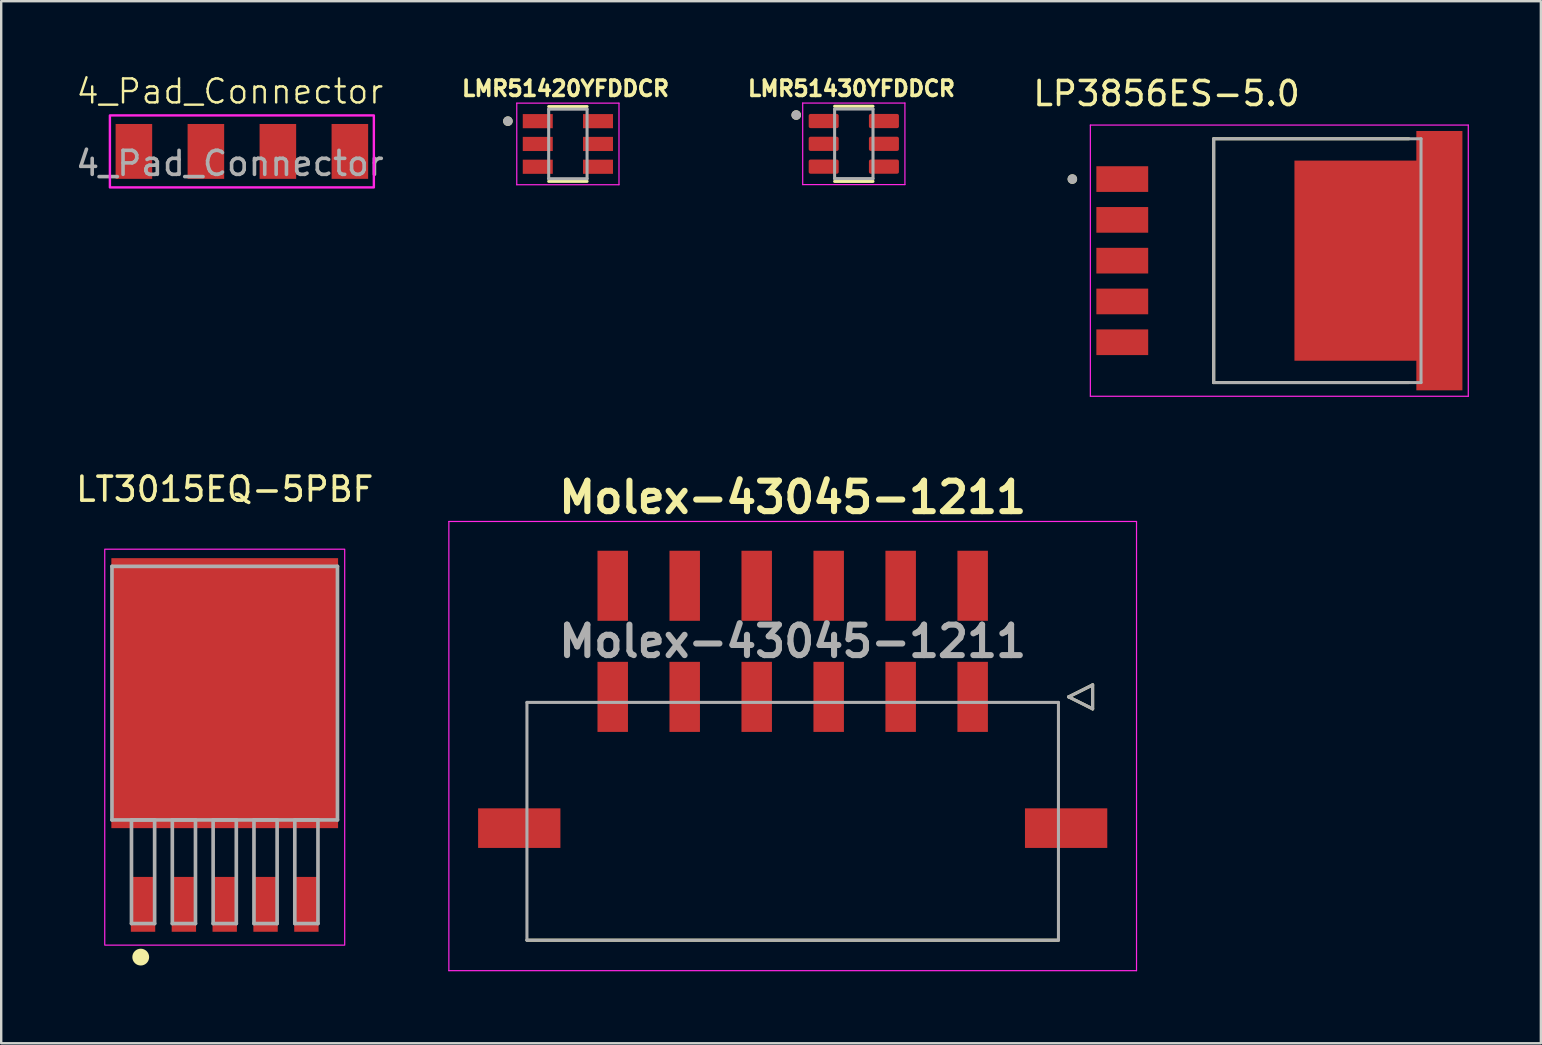
<source format=kicad_pcb>
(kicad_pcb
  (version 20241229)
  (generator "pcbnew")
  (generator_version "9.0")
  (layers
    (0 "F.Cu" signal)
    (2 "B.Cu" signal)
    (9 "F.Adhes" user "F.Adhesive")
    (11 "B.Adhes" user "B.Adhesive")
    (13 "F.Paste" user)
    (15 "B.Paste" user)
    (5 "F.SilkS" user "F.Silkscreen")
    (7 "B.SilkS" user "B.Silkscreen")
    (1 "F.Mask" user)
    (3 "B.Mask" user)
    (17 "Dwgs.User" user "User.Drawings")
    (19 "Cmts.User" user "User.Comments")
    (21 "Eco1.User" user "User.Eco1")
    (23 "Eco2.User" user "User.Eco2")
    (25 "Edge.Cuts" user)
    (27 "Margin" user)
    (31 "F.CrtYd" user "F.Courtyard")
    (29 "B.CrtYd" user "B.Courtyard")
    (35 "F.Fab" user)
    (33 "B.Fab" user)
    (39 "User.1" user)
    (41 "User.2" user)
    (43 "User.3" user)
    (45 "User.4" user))
  (footprint "LT3015EQ-5PBF"
    (layer "F.Cu")
    (at 6.315 25.837)
    (property "Reference" "LT3015EQ-5PBF" (at 0 -8.5 0) (layer "F.SilkS") (effects (font (size 1 1) (thickness 0.15))))
    (attr smd)
    (fp_circle (center -3.5 11) (end -3.2 11) (stroke (width 0.1) (type solid)) (fill yes) (layer "F.SilkS"))
    (fp_rect (start -5 -6) (end 5 10.5) (stroke (width 0.05) (type default)) (fill no) (layer "F.CrtYd"))
    (fp_line (start -4.699 -5.283) (end -4.699 5.283) (stroke (width 0.152) (type solid)) (layer "F.Fab"))
    (fp_line (start -4.699 5.283) (end 4.699 5.283) (stroke (width 0.152) (type solid)) (layer "F.Fab"))
    (fp_line (start -3.886 5.283) (end -3.886 9.601) (stroke (width 0.152) (type solid)) (layer "F.Fab"))
    (fp_line (start -3.886 9.601) (end -2.921 9.601) (stroke (width 0.152) (type solid)) (layer "F.Fab"))
    (fp_line (start -2.921 5.283) (end -3.886 5.283) (stroke (width 0.152) (type solid)) (layer "F.Fab"))
    (fp_line (start -2.921 9.601) (end -2.921 5.283) (stroke (width 0.152) (type solid)) (layer "F.Fab"))
    (fp_line (start -2.184 5.283) (end -2.184 9.601) (stroke (width 0.152) (type solid)) (layer "F.Fab"))
    (fp_line (start -2.184 9.601) (end -1.219 9.601) (stroke (width 0.152) (type solid)) (layer "F.Fab"))
    (fp_line (start -1.219 5.283) (end -2.184 5.283) (stroke (width 0.152) (type solid)) (layer "F.Fab"))
    (fp_line (start -1.219 9.601) (end -1.219 5.283) (stroke (width 0.152) (type solid)) (layer "F.Fab"))
    (fp_line (start -0.483 5.283) (end -0.483 9.601) (stroke (width 0.152) (type solid)) (layer "F.Fab"))
    (fp_line (start -0.483 9.601) (end 0.483 9.601) (stroke (width 0.152) (type solid)) (layer "F.Fab"))
    (fp_line (start 0.483 5.283) (end -0.483 5.283) (stroke (width 0.152) (type solid)) (layer "F.Fab"))
    (fp_line (start 0.483 9.601) (end 0.483 5.283) (stroke (width 0.152) (type solid)) (layer "F.Fab"))
    (fp_line (start 1.219 5.283) (end 1.219 9.601) (stroke (width 0.152) (type solid)) (layer "F.Fab"))
    (fp_line (start 1.219 9.601) (end 2.184 9.601) (stroke (width 0.152) (type solid)) (layer "F.Fab"))
    (fp_line (start 2.184 5.283) (end 1.219 5.283) (stroke (width 0.152) (type solid)) (layer "F.Fab"))
    (fp_line (start 2.184 9.601) (end 2.184 5.283) (stroke (width 0.152) (type solid)) (layer "F.Fab"))
    (fp_line (start 2.921 5.283) (end 2.921 9.601) (stroke (width 0.152) (type solid)) (layer "F.Fab"))
    (fp_line (start 2.921 9.601) (end 3.886 9.601) (stroke (width 0.152) (type solid)) (layer "F.Fab"))
    (fp_line (start 3.886 5.283) (end 2.921 5.283) (stroke (width 0.152) (type solid)) (layer "F.Fab"))
    (fp_line (start 3.886 9.601) (end 3.886 5.283) (stroke (width 0.152) (type solid)) (layer "F.Fab"))
    (fp_line (start 4.699 -5.283) (end -4.699 -5.283) (stroke (width 0.152) (type solid)) (layer "F.Fab"))
    (fp_line (start 4.699 5.283) (end 4.699 -5.283) (stroke (width 0.152) (type solid)) (layer "F.Fab"))
    (pad "1" smd rect (at -3.404 8.801) (size 1.016 2.286) (layers "F.Cu" "F.Mask" "F.Paste"))
    (pad "2" smd rect (at -1.702 8.801) (size 1.016 2.286) (layers "F.Cu" "F.Mask" "F.Paste"))
    (pad "3" smd rect (at 0 8.801) (size 1.016 2.286) (layers "F.Cu" "F.Mask" "F.Paste"))
    (pad "4" smd rect (at 1.702 8.801) (size 1.016 2.286) (layers "F.Cu" "F.Mask" "F.Paste"))
    (pad "5" smd rect (at 3.404 8.801) (size 1.016 2.286) (layers "F.Cu" "F.Mask" "F.Paste"))
    (pad "6" smd rect (at 0 0) (size 9.449 11.252) (layers "F.Cu" "F.Mask" "F.Paste")))
  (footprint "Molex-43045-1211"
    (layer "F.Cu")
    (at 29.985 23.677)
    (property "Reference" "Molex-43045-1211" (at 0 -6 0) (layer "F.SilkS") (effects (font (size 1.27 1.27) (thickness 0.254))))
    (attr smd)
    (fp_line (start 11.075 12.455) (end -11.075 12.455) (stroke (width 0.127) (type solid)) (layer "F.SilkS"))
    (fp_line (start 11.5 2.315) (end 12.5 1.815) (stroke (width 0.127) (type solid)) (layer "F.SilkS"))
    (fp_line (start 12.5 1.815) (end 12.5 2.815) (stroke (width 0.127) (type solid)) (layer "F.SilkS"))
    (fp_line (start 12.5 2.815) (end 11.5 2.315) (stroke (width 0.127) (type solid)) (layer "F.SilkS"))
    (fp_line (start -14.329 -4.994) (end 14.329 -4.994) (stroke (width 0.05) (type solid)) (layer "F.CrtYd"))
    (fp_line (start -14.329 13.725) (end -14.329 -4.994) (stroke (width 0.05) (type solid)) (layer "F.CrtYd"))
    (fp_line (start 14.329 -4.994) (end 14.329 13.725) (stroke (width 0.05) (type solid)) (layer "F.CrtYd"))
    (fp_line (start 14.329 13.725) (end -14.329 13.725) (stroke (width 0.05) (type solid)) (layer "F.CrtYd"))
    (fp_line (start -11.075 2.545) (end 11.075 2.545) (stroke (width 0.127) (type solid)) (layer "F.Fab"))
    (fp_line (start -11.075 12.455) (end -11.075 2.545) (stroke (width 0.127) (type solid)) (layer "F.Fab"))
    (fp_line (start 11.075 2.545) (end 11.075 12.455) (stroke (width 0.127) (type solid)) (layer "F.Fab"))
    (fp_line (start 11.075 12.455) (end -11.075 12.455) (stroke (width 0.127) (type solid)) (layer "F.Fab"))
    (fp_line (start 11.5 2.315) (end 12.5 1.815) (stroke (width 0.127) (type solid)) (layer "F.Fab"))
    (fp_line (start 12.5 1.815) (end 12.5 2.815) (stroke (width 0.127) (type solid)) (layer "F.Fab"))
    (fp_line (start 12.5 2.815) (end 11.5 2.315) (stroke (width 0.127) (type solid)) (layer "F.Fab"))
    (fp_text user "${REFERENCE}" (at 0 0 0) (layer "F.Fab") (effects (font (size 1.27 1.27) (thickness 0.254))))
    (pad "1" smd rect (at 7.5 2.315) (size 1.27 2.92) (layers "F.Cu" "F.Mask" "F.Paste"))
    (pad "2" smd rect (at 4.5 2.315) (size 1.27 2.92) (layers "F.Cu" "F.Mask" "F.Paste"))
    (pad "3" smd rect (at 1.5 2.315) (size 1.27 2.92) (layers "F.Cu" "F.Mask" "F.Paste"))
    (pad "4" smd rect (at -1.5 2.315) (size 1.27 2.92) (layers "F.Cu" "F.Mask" "F.Paste"))
    (pad "5" smd rect (at -4.5 2.315) (size 1.27 2.92) (layers "F.Cu" "F.Mask" "F.Paste"))
    (pad "6" smd rect (at -7.5 2.315) (size 1.27 2.92) (layers "F.Cu" "F.Mask" "F.Paste"))
    (pad "7" smd rect (at 7.5 -2.315) (size 1.27 2.92) (layers "F.Cu" "F.Mask" "F.Paste"))
    (pad "8" smd rect (at 4.5 -2.315) (size 1.27 2.92) (layers "F.Cu" "F.Mask" "F.Paste"))
    (pad "9" smd rect (at 1.5 -2.315) (size 1.27 2.92) (layers "F.Cu" "F.Mask" "F.Paste"))
    (pad "10" smd rect (at -1.5 -2.315) (size 1.27 2.92) (layers "F.Cu" "F.Mask" "F.Paste"))
    (pad "11" smd rect (at -4.5 -2.315) (size 1.27 2.92) (layers "F.Cu" "F.Mask" "F.Paste"))
    (pad "12" smd rect (at -7.5 -2.315) (size 1.27 2.92) (layers "F.Cu" "F.Mask" "F.Paste"))
    (pad "13" smd rect (at 11.395 7.785 90) (size 1.65 3.43) (layers "F.Cu" "F.Mask" "F.Paste"))
    (pad "14" smd rect (at -11.395 7.785 90) (size 1.65 3.43) (layers "F.Cu" "F.Mask" "F.Paste")))
  (footprint "LP3856ES-5.0"
    (layer "F.Cu")
    (at 50.265 7.813)
    (property "Reference" "LP3856ES-5.0" (at -4.7 -6.965 0) (layer "F.SilkS") (effects (font (size 1 1) (thickness 0.15))))
    (attr smd)
    (fp_poly (pts (xy 7.725 -5.5) (xy 7.725 5.5) (xy 5.615 5.5) (xy 5.615 4.265) (xy 0.535 4.265) (xy 0.535 -4.265) (xy 5.615 -4.265) (xy 5.615 -5.5)) (stroke (width 0.01) (type solid)) (fill yes) (layer "F.Mask"))
    (fp_line (start -2.735 -5.08) (end -2.735 5.08) (stroke (width 0.127) (type solid)) (layer "F.SilkS"))
    (fp_line (start -2.735 5.08) (end 5.395 5.08) (stroke (width 0.127) (type solid)) (layer "F.SilkS"))
    (fp_line (start 5.395 -5.08) (end -2.735 -5.08) (stroke (width 0.127) (type solid)) (layer "F.SilkS"))
    (fp_circle (center -8.625 -3.4) (end -8.525 -3.4) (stroke (width 0.2) (type solid)) (fill no) (layer "F.SilkS"))
    (fp_poly (pts (xy 1.205 -3.875) (xy 2.605 -3.875) (xy 2.605 -2.365) (xy 1.205 -2.365)) (stroke (width 0.01) (type solid)) (fill yes) (layer "F.Paste"))
    (fp_poly (pts (xy 1.205 -1.795) (xy 2.605 -1.795) (xy 2.605 -0.285) (xy 1.205 -0.285)) (stroke (width 0.01) (type solid)) (fill yes) (layer "F.Paste"))
    (fp_poly (pts (xy 1.205 0.285) (xy 2.605 0.285) (xy 2.605 1.795) (xy 1.205 1.795)) (stroke (width 0.01) (type solid)) (fill yes) (layer "F.Paste"))
    (fp_poly (pts (xy 1.205 2.365) (xy 2.605 2.365) (xy 2.605 3.875) (xy 1.205 3.875)) (stroke (width 0.01) (type solid)) (fill yes) (layer "F.Paste"))
    (fp_poly (pts (xy 3.745 -3.875) (xy 5.145 -3.875) (xy 5.145 -2.365) (xy 3.745 -2.365)) (stroke (width 0.01) (type solid)) (fill yes) (layer "F.Paste"))
    (fp_poly (pts (xy 3.745 -1.795) (xy 5.145 -1.795) (xy 5.145 -0.285) (xy 3.745 -0.285)) (stroke (width 0.01) (type solid)) (fill yes) (layer "F.Paste"))
    (fp_poly (pts (xy 3.745 0.285) (xy 5.145 0.285) (xy 5.145 1.795) (xy 3.745 1.795)) (stroke (width 0.01) (type solid)) (fill yes) (layer "F.Paste"))
    (fp_poly (pts (xy 3.745 2.365) (xy 5.145 2.365) (xy 5.145 3.875) (xy 3.745 3.875)) (stroke (width 0.01) (type solid)) (fill yes) (layer "F.Paste"))
    (fp_poly (pts (xy 6.245 -5.335) (xy 7.095 -5.335) (xy 7.095 -4.115) (xy 6.245 -4.115)) (stroke (width 0.01) (type solid)) (fill yes) (layer "F.Paste"))
    (fp_poly (pts (xy 6.245 -3.985) (xy 7.095 -3.985) (xy 7.095 -2.765) (xy 6.245 -2.765)) (stroke (width 0.01) (type solid)) (fill yes) (layer "F.Paste"))
    (fp_poly (pts (xy 6.245 -2.635) (xy 7.095 -2.635) (xy 7.095 -1.415) (xy 6.245 -1.415)) (stroke (width 0.01) (type solid)) (fill yes) (layer "F.Paste"))
    (fp_poly (pts (xy 6.245 -1.285) (xy 7.095 -1.285) (xy 7.095 -0.065) (xy 6.245 -0.065)) (stroke (width 0.01) (type solid)) (fill yes) (layer "F.Paste"))
    (fp_poly (pts (xy 6.245 0.065) (xy 7.095 0.065) (xy 7.095 1.285) (xy 6.245 1.285)) (stroke (width 0.01) (type solid)) (fill yes) (layer "F.Paste"))
    (fp_poly (pts (xy 6.245 1.415) (xy 7.095 1.415) (xy 7.095 2.635) (xy 6.245 2.635)) (stroke (width 0.01) (type solid)) (fill yes) (layer "F.Paste"))
    (fp_poly (pts (xy 6.245 2.765) (xy 7.095 2.765) (xy 7.095 3.985) (xy 6.245 3.985)) (stroke (width 0.01) (type solid)) (fill yes) (layer "F.Paste"))
    (fp_poly (pts (xy 6.245 4.115) (xy 7.095 4.115) (xy 7.095 5.335) (xy 6.245 5.335)) (stroke (width 0.01) (type solid)) (fill yes) (layer "F.Paste"))
    (fp_line (start -7.875 -5.65) (end -7.875 5.65) (stroke (width 0.05) (type solid)) (layer "F.CrtYd"))
    (fp_line (start -7.875 5.65) (end 7.875 5.65) (stroke (width 0.05) (type solid)) (layer "F.CrtYd"))
    (fp_line (start 7.875 -5.65) (end -7.875 -5.65) (stroke (width 0.05) (type solid)) (layer "F.CrtYd"))
    (fp_line (start 7.875 5.65) (end 7.875 -5.65) (stroke (width 0.05) (type solid)) (layer "F.CrtYd"))
    (fp_line (start -2.735 -5.08) (end -2.735 5.08) (stroke (width 0.127) (type solid)) (layer "F.Fab"))
    (fp_line (start -2.735 5.08) (end 5.905 5.08) (stroke (width 0.127) (type solid)) (layer "F.Fab"))
    (fp_line (start 5.905 -5.08) (end -2.735 -5.08) (stroke (width 0.127) (type solid)) (layer "F.Fab"))
    (fp_line (start 5.905 5.08) (end 5.905 -5.08) (stroke (width 0.127) (type solid)) (layer "F.Fab"))
    (fp_circle (center -8.625 -3.4) (end -8.525 -3.4) (stroke (width 0.2) (type solid)) (fill no) (layer "F.Fab"))
    (pad "1" smd rect (at -6.545 -3.4) (size 2.16 1.07) (layers "F.Cu" "F.Mask" "F.Paste"))
    (pad "2" smd rect (at -6.545 -1.7) (size 2.16 1.07) (layers "F.Cu" "F.Mask" "F.Paste"))
    (pad "3" smd rect (at -6.545 0) (size 2.16 1.07) (layers "F.Cu" "F.Mask" "F.Paste"))
    (pad "4" smd rect (at -6.545 1.7) (size 2.16 1.07) (layers "F.Cu" "F.Mask" "F.Paste"))
    (pad "5" smd rect (at -6.545 3.4) (size 2.16 1.07) (layers "F.Cu" "F.Mask" "F.Paste"))
    (pad "6" smd custom (at 4.255 0) (size 1 1) (layers "F.Cu") (options (anchor rect)) (primitives (gr_poly (pts (xy 3.37 -5.4) (xy 3.37 5.4) (xy 1.46 5.4) (xy 1.46 4.165) (xy -3.62 4.165) (xy -3.62 -4.165) (xy 1.46 -4.165) (xy 1.46 -5.4)) (width 0.01) (fill yes)))))
  (footprint "LMR51420YFDDCR"
    (layer "F.Cu")
    (at 20.616 2.949)
    (property "Reference" "LMR51420YFDDCR" (at -0.098 -2.311 0) (layer "F.SilkS") (effects (font (size 0.64 0.64) (thickness 0.15))))
    (attr smd)
    (fp_line (start -0.8 -1.558) (end 0.8 -1.558) (stroke (width 0.127) (type solid)) (layer "F.SilkS"))
    (fp_line (start 0.8 1.558) (end -0.8 1.558) (stroke (width 0.127) (type solid)) (layer "F.SilkS"))
    (fp_circle (center -2.5 -0.95) (end -2.4 -0.95) (stroke (width 0.2) (type solid)) (fill no) (layer "F.SilkS"))
    (fp_line (start -2.13 -1.7) (end 2.13 -1.7) (stroke (width 0.05) (type solid)) (layer "F.CrtYd"))
    (fp_line (start -2.13 1.7) (end -2.13 -1.7) (stroke (width 0.05) (type solid)) (layer "F.CrtYd"))
    (fp_line (start 2.13 -1.7) (end 2.13 1.7) (stroke (width 0.05) (type solid)) (layer "F.CrtYd"))
    (fp_line (start 2.13 1.7) (end -2.13 1.7) (stroke (width 0.05) (type solid)) (layer "F.CrtYd"))
    (fp_line (start -0.8 -1.45) (end 0.8 -1.45) (stroke (width 0.127) (type solid)) (layer "F.Fab"))
    (fp_line (start -0.8 1.45) (end -0.8 -1.45) (stroke (width 0.127) (type solid)) (layer "F.Fab"))
    (fp_line (start 0.8 -1.45) (end 0.8 1.45) (stroke (width 0.127) (type solid)) (layer "F.Fab"))
    (fp_line (start 0.8 1.45) (end -0.8 1.45) (stroke (width 0.127) (type solid)) (layer "F.Fab"))
    (fp_circle (center -2.5 -0.95) (end -2.4 -0.95) (stroke (width 0.2) (type solid)) (fill no) (layer "F.Fab"))
    (pad "1" smd rect (at -1.255 -0.95) (size 1.25 0.59) (layers "F.Cu" "F.Mask" "F.Paste"))
    (pad "2" smd rect (at -1.255 0) (size 1.25 0.59) (layers "F.Cu" "F.Mask" "F.Paste"))
    (pad "3" smd rect (at -1.255 0.95) (size 1.25 0.59) (layers "F.Cu" "F.Mask" "F.Paste"))
    (pad "4" smd rect (at 1.255 0.95) (size 1.25 0.59) (layers "F.Cu" "F.Mask" "F.Paste"))
    (pad "5" smd rect (at 1.255 0) (size 1.25 0.59) (layers "F.Cu" "F.Mask" "F.Paste"))
    (pad "6" smd rect (at 1.255 -0.95) (size 1.25 0.59) (layers "F.Cu" "F.Mask" "F.Paste")))
  (footprint "LMR51430YFDDCR"
    (layer "F.Cu")
    (at 32.532 2.944)
    (property "Reference" "LMR51430YFDDCR" (at -0.098 -2.306 0) (layer "F.SilkS") (effects (font (size 0.64 0.64) (thickness 0.15))))
    (attr smd)
    (fp_line (start -0.8 -1.565) (end 0.8 -1.565) (stroke (width 0.127) (type solid)) (layer "F.SilkS"))
    (fp_line (start -0.8 1.565) (end 0.8 1.565) (stroke (width 0.127) (type solid)) (layer "F.SilkS"))
    (fp_circle (center -2.4 -1.2) (end -2.3 -1.2) (stroke (width 0.2) (type solid)) (fill no) (layer "F.SilkS"))
    (fp_line (start -2.13 -1.7) (end -2.13 1.7) (stroke (width 0.05) (type solid)) (layer "F.CrtYd"))
    (fp_line (start -2.13 1.7) (end 2.13 1.7) (stroke (width 0.05) (type solid)) (layer "F.CrtYd"))
    (fp_line (start 2.13 -1.7) (end -2.13 -1.7) (stroke (width 0.05) (type solid)) (layer "F.CrtYd"))
    (fp_line (start 2.13 1.7) (end 2.13 -1.7) (stroke (width 0.05) (type solid)) (layer "F.CrtYd"))
    (fp_line (start -0.8 -1.45) (end -0.8 1.45) (stroke (width 0.127) (type solid)) (layer "F.Fab"))
    (fp_line (start -0.8 1.45) (end 0.8 1.45) (stroke (width 0.127) (type solid)) (layer "F.Fab"))
    (fp_line (start 0.8 -1.45) (end -0.8 -1.45) (stroke (width 0.127) (type solid)) (layer "F.Fab"))
    (fp_line (start 0.8 1.45) (end 0.8 -1.45) (stroke (width 0.127) (type solid)) (layer "F.Fab"))
    (fp_circle (center -2.4 -1.2) (end -2.3 -1.2) (stroke (width 0.2) (type solid)) (fill no) (layer "F.Fab"))
    (pad "1" smd roundrect (at -1.255 -0.95) (size 1.25 0.59) (layers "F.Cu" "F.Mask" "F.Paste") (roundrect_rratio 0.125))
    (pad "2" smd roundrect (at -1.255 0) (size 1.25 0.59) (layers "F.Cu" "F.Mask" "F.Paste") (roundrect_rratio 0.125))
    (pad "3" smd roundrect (at -1.255 0.95) (size 1.25 0.59) (layers "F.Cu" "F.Mask" "F.Paste") (roundrect_rratio 0.125))
    (pad "4" smd roundrect (at 1.255 0.95) (size 1.25 0.59) (layers "F.Cu" "F.Mask" "F.Paste") (roundrect_rratio 0.125))
    (pad "5" smd roundrect (at 1.255 0) (size 1.25 0.59) (layers "F.Cu" "F.Mask" "F.Paste") (roundrect_rratio 0.125))
    (pad "6" smd roundrect (at 1.255 -0.95) (size 1.25 0.59) (layers "F.Cu" "F.Mask" "F.Paste") (roundrect_rratio 0.125)))
  (footprint "4_Pad_Connector"
    (layer "F.Cu")
    (at 6.53 1.26)
    (property "Reference" "4_Pad_Connector" (at 0 -0.5 0) (unlocked yes) (layer "F.SilkS") (effects (font (size 1 1) (thickness 0.1))))
    (attr smd)
    (fp_rect (start -5 0.5) (end 6 3.5) (stroke (width 0.1) (type default)) (fill no) (layer "F.CrtYd"))
    (fp_text user "${REFERENCE}" (at 0 2.5 0) (unlocked yes) (layer "F.Fab") (effects (font (size 1 1) (thickness 0.15))))
    (pad "1" smd rect (at -4 2 90) (size 2.286 1.524) (layers "F.Cu" "F.Mask" "F.Paste"))
    (pad "2" smd rect (at -1 2 90) (size 2.286 1.524) (layers "F.Cu" "F.Mask" "F.Paste"))
    (pad "3" smd rect (at 2 2 90) (size 2.286 1.524) (layers "F.Cu" "F.Mask" "F.Paste"))
    (pad "4" smd rect (at 5 2 90) (size 2.286 1.524) (layers "F.Cu" "F.Mask" "F.Paste")))
  (gr_rect
    (start -3 -3)
    (end 61.165 40.427)
    (stroke (width 0.1) (type default))
    (fill no)
    (layer "Edge.Cuts")))
</source>
